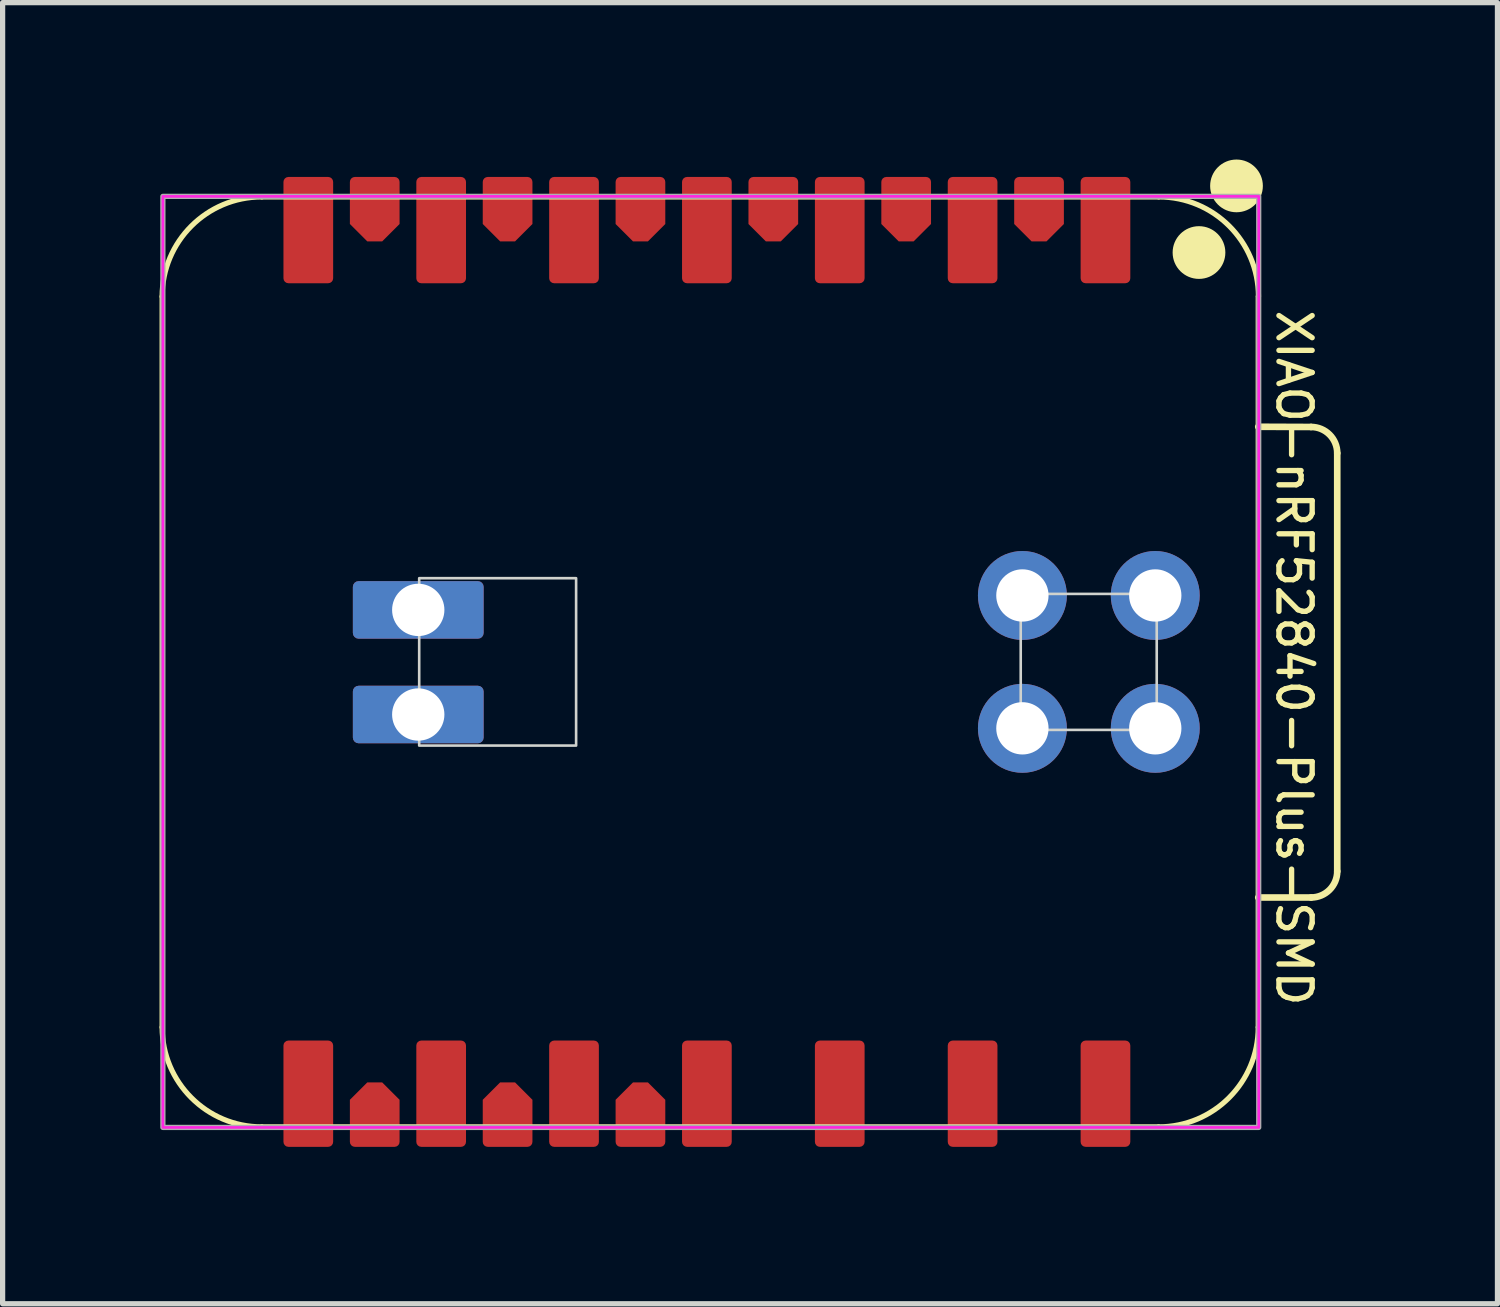
<source format=kicad_pcb>
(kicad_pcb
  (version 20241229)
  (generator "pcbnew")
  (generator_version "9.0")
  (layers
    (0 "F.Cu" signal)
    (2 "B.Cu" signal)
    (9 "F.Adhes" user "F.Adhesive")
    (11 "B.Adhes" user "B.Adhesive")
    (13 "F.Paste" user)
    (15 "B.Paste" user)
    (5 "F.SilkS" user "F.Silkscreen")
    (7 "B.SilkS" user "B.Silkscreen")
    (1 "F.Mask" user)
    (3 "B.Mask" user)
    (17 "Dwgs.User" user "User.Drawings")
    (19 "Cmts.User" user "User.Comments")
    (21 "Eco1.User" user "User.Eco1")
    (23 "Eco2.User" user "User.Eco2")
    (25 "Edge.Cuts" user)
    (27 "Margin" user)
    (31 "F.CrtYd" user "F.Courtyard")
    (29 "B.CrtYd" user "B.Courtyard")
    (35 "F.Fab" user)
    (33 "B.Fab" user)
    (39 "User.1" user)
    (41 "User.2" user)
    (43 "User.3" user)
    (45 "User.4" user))
  (footprint "XIAO-nRF52840-Plus-SMD"
    (layer "F.Cu")
    (at 10.464 9.604)
    (property "Reference" "XIAO-nRF52840-Plus-SMD" (at 11.225 -0.075 270) (unlocked yes) (layer "F.SilkS") (effects (font (size 0.635 0.635) (thickness 0.102))))
    (attr smd)
    (fp_line (start -10.414 -6.985) (end -10.414 6.985) (stroke (width 0.1) (type solid)) (layer "F.SilkS"))
    (fp_line (start -8.509 -8.89) (end 8.636 -8.89) (stroke (width 0.1) (type solid)) (layer "F.SilkS"))
    (fp_line (start -8.509 8.89) (end 8.636 8.89) (stroke (width 0.1) (type solid)) (layer "F.SilkS"))
    (fp_line (start 10.541 -4.495) (end 11.551 -4.491) (stroke (width 0.127) (type solid)) (layer "F.SilkS"))
    (fp_line (start 10.541 6.985) (end 10.541 -6.985) (stroke (width 0.1) (type solid)) (layer "F.SilkS"))
    (fp_line (start 11.551 4.504) (end 10.541 4.504) (stroke (width 0.127) (type solid)) (layer "F.SilkS"))
    (fp_line (start 12.051 -3.991) (end 12.051 4.004) (stroke (width 0.127) (type solid)) (layer "F.SilkS"))
    (fp_arc (start -10.414 -6.985) (mid -9.856038 -8.332038) (end -8.509 -8.89) (stroke (width 0.1) (type solid)) (layer "F.SilkS"))
    (fp_arc (start -8.509 8.89) (mid -9.856038 8.332038) (end -10.414 6.985) (stroke (width 0.1) (type solid)) (layer "F.SilkS"))
    (fp_arc (start 8.64 -8.89) (mid 9.987038 -8.332038) (end 10.545 -6.985) (stroke (width 0.1) (type solid)) (layer "F.SilkS"))
    (fp_arc (start 10.541 6.985) (mid 9.983024 8.332024) (end 8.636 8.89) (stroke (width 0.1) (type solid)) (layer "F.SilkS"))
    (fp_arc (start 11.551272 -4.491272) (mid 11.904644 -4.344724) (end 12.051 -3.991272) (stroke (width 0.127) (type default)) (layer "F.SilkS"))
    (fp_arc (start 12.051 4.004) (mid 11.904524 4.357524) (end 11.551 4.504) (stroke (width 0.127) (type default)) (layer "F.SilkS"))
    (fp_circle (center 9.408 -7.826) (end 9.662 -7.826) (stroke (width 0.5) (type solid)) (fill yes) (layer "F.SilkS"))
    (fp_circle (center 10.125 -9.1) (end 10.379 -9.1) (stroke (width 0.5) (type solid)) (fill yes) (layer "F.SilkS"))
    (fp_rect (start -5.5 -1.6) (end -2.5 1.6) (stroke (width 0.05) (type solid)) (fill no) (layer "Edge.Cuts"))
    (fp_rect (start 6 -1.3) (end 8.6 1.3) (stroke (width 0.05) (type default)) (fill no) (layer "Edge.Cuts"))
    (fp_rect (start -10.4 -8.9) (end 10.55 8.9) (stroke (width 0.05) (type default)) (fill no) (layer "F.CrtYd"))
    (fp_rect (start -10.4 -8.9) (end 10.55 8.9) (stroke (width 0.1) (type default)) (fill no) (layer "F.Fab"))
    (fp_line (start -10.414 -6.985) (end -10.414 6.985) (stroke (width 0.025) (type solid)) (layer "User.1"))
    (fp_line (start -8.509 -8.89) (end 8.636 -8.89) (stroke (width 0.025) (type solid)) (layer "User.1"))
    (fp_line (start -8.509 8.89) (end 8.636 8.89) (stroke (width 0.025) (type solid)) (layer "User.1"))
    (fp_line (start 10.541 6.985) (end 10.541 -6.985) (stroke (width 0.025) (type solid)) (layer "User.1"))
    (fp_rect (start 5.715 -3.81) (end 12.065 3.81) (stroke (width 0.076) (type default)) (fill no) (layer "User.1"))
    (fp_arc (start -10.414 -6.985) (mid -9.856038 -8.332038) (end -8.509 -8.89) (stroke (width 0.0254) (type solid)) (layer "User.1"))
    (fp_arc (start -8.509 8.89) (mid -9.856038 8.332038) (end -10.414 6.985) (stroke (width 0.0254) (type solid)) (layer "User.1"))
    (fp_arc (start 8.636 -8.89) (mid 9.983038 -8.332038) (end 10.541 -6.985) (stroke (width 0.0254) (type solid)) (layer "User.1"))
    (fp_arc (start 10.541 6.985) (mid 9.983038 8.332038) (end 8.636 8.89) (stroke (width 0.0254) (type solid)) (layer "User.1"))
    (fp_circle (center -7.62 -8.89) (end -7.493 -8.89) (stroke (width 0.025) (type default)) (fill no) (layer "User.1"))
    (fp_circle (center -7.62 -7.62) (end -7.493 -7.62) (stroke (width 0.025) (type default)) (fill no) (layer "User.1"))
    (fp_circle (center -7.62 7.62) (end -7.493 7.62) (stroke (width 0.025) (type default)) (fill no) (layer "User.1"))
    (fp_circle (center -7.62 8.89) (end -7.493 8.89) (stroke (width 0.025) (type default)) (fill no) (layer "User.1"))
    (fp_circle (center -5.08 -8.89) (end -4.953 -8.89) (stroke (width 0.025) (type default)) (fill no) (layer "User.1"))
    (fp_circle (center -5.08 -7.62) (end -4.953 -7.62) (stroke (width 0.025) (type default)) (fill no) (layer "User.1"))
    (fp_circle (center -5.08 7.62) (end -4.953 7.62) (stroke (width 0.025) (type default)) (fill no) (layer "User.1"))
    (fp_circle (center -5.08 8.89) (end -4.953 8.89) (stroke (width 0.025) (type default)) (fill no) (layer "User.1"))
    (fp_circle (center -2.54 -8.89) (end -2.413 -8.89) (stroke (width 0.025) (type default)) (fill no) (layer "User.1"))
    (fp_circle (center -2.54 -7.62) (end -2.413 -7.62) (stroke (width 0.025) (type default)) (fill no) (layer "User.1"))
    (fp_circle (center -2.54 7.62) (end -2.413 7.62) (stroke (width 0.025) (type default)) (fill no) (layer "User.1"))
    (fp_circle (center -2.54 8.89) (end -2.413 8.89) (stroke (width 0.025) (type default)) (fill no) (layer "User.1"))
    (fp_circle (center 0 -8.89) (end 0.127 -8.89) (stroke (width 0.025) (type default)) (fill no) (layer "User.1"))
    (fp_circle (center 0 -7.62) (end 0.127 -7.62) (stroke (width 0.025) (type default)) (fill no) (layer "User.1"))
    (fp_circle (center 0 7.62) (end 0.127 7.62) (stroke (width 0.025) (type default)) (fill no) (layer "User.1"))
    (fp_circle (center 0 8.89) (end 0.127 8.89) (stroke (width 0.025) (type default)) (fill no) (layer "User.1"))
    (fp_circle (center 2.54 -8.89) (end 2.667 -8.89) (stroke (width 0.025) (type default)) (fill no) (layer "User.1"))
    (fp_circle (center 2.54 -7.62) (end 2.667 -7.62) (stroke (width 0.025) (type default)) (fill no) (layer "User.1"))
    (fp_circle (center 2.54 7.62) (end 2.667 7.62) (stroke (width 0.025) (type default)) (fill no) (layer "User.1"))
    (fp_circle (center 2.54 8.89) (end 2.667 8.89) (stroke (width 0.025) (type default)) (fill no) (layer "User.1"))
    (fp_circle (center 5.08 -8.89) (end 5.207 -8.89) (stroke (width 0.025) (type default)) (fill no) (layer "User.1"))
    (fp_circle (center 5.08 -7.62) (end 5.207 -7.62) (stroke (width 0.025) (type default)) (fill no) (layer "User.1"))
    (fp_circle (center 5.08 7.62) (end 5.207 7.62) (stroke (width 0.025) (type default)) (fill no) (layer "User.1"))
    (fp_circle (center 5.08 8.89) (end 5.207 8.89) (stroke (width 0.025) (type default)) (fill no) (layer "User.1"))
    (fp_circle (center 7.62 -8.89) (end 7.747 -8.89) (stroke (width 0.025) (type default)) (fill no) (layer "User.1"))
    (fp_circle (center 7.62 -7.62) (end 7.747 -7.62) (stroke (width 0.025) (type default)) (fill no) (layer "User.1"))
    (fp_circle (center 7.62 7.62) (end 7.747 7.62) (stroke (width 0.025) (type default)) (fill no) (layer "User.1"))
    (fp_circle (center 7.62 8.89) (end 7.747 8.89) (stroke (width 0.025) (type default)) (fill no) (layer "User.1"))
    (pad "1" smd roundrect (at 7.62 -8.255 90) (size 2.032 0.95) (layers "F.Cu" "F.Mask" "F.Paste") (roundrect_rratio 0.1))
    (pad "2" smd roundrect (at 5.08 -8.255 90) (size 2.032 0.95) (layers "F.Cu" "F.Mask" "F.Paste") (roundrect_rratio 0.1))
    (pad "3" smd roundrect (at 2.54 -8.255 90) (size 2.032 0.95) (layers "F.Cu" "F.Mask" "F.Paste") (roundrect_rratio 0.1))
    (pad "4" smd roundrect (at 0 -8.255 90) (size 2.032 0.95) (layers "F.Cu" "F.Mask" "F.Paste") (roundrect_rratio 0.1))
    (pad "5" smd roundrect (at -2.54 -8.255 90) (size 2.032 0.95) (layers "F.Cu" "F.Mask" "F.Paste") (roundrect_rratio 0.1))
    (pad "6" smd roundrect (at -5.08 -8.255 90) (size 2.032 0.95) (layers "F.Cu" "F.Mask" "F.Paste") (roundrect_rratio 0.1))
    (pad "7" smd roundrect (at -7.62 -8.255 90) (size 2.032 0.95) (layers "F.Cu" "F.Mask" "F.Paste") (roundrect_rratio 0.1))
    (pad "8" smd roundrect (at -7.62 8.255 270) (size 2.032 0.95) (layers "F.Cu" "F.Mask" "F.Paste") (roundrect_rratio 0.1))
    (pad "9" smd roundrect (at -5.08 8.255 270) (size 2.032 0.95) (layers "F.Cu" "F.Mask" "F.Paste") (roundrect_rratio 0.1))
    (pad "10" smd roundrect (at -2.54 8.255 270) (size 2.032 0.95) (layers "F.Cu" "F.Mask" "F.Paste") (roundrect_rratio 0.1))
    (pad "11" smd roundrect (at 0 8.255 270) (size 2.032 0.95) (layers "F.Cu" "F.Mask" "F.Paste") (roundrect_rratio 0.1))
    (pad "12" smd roundrect (at 2.54 8.255 270) (size 2.032 0.95) (layers "F.Cu" "F.Mask" "F.Paste") (roundrect_rratio 0.1))
    (pad "13" smd roundrect (at 5.08 8.255 270) (size 2.032 0.95) (layers "F.Cu" "F.Mask" "F.Paste") (roundrect_rratio 0.1))
    (pad "14" smd roundrect (at 7.62 8.255 270) (size 2.032 0.95) (layers "F.Cu" "F.Mask" "F.Paste") (roundrect_rratio 0.1))
    (pad "15" smd roundrect (at 6.35 -8.655 90) (size 1.232 0.95) (layers "F.Cu" "F.Mask" "F.Paste") (roundrect_rratio 0.1) (chamfer_ratio 0.35) (chamfer top_left bottom_left))
    (pad "16" smd roundrect (at 3.81 -8.655 90) (size 1.232 0.95) (layers "F.Cu" "F.Mask" "F.Paste") (roundrect_rratio 0.1) (chamfer_ratio 0.35) (chamfer top_left bottom_left))
    (pad "17" smd roundrect (at 1.27 -8.655 90) (size 1.232 0.95) (layers "F.Cu" "F.Mask" "F.Paste") (roundrect_rratio 0.1) (chamfer_ratio 0.35) (chamfer top_left bottom_left))
    (pad "18" smd roundrect (at -1.27 -8.655 90) (size 1.232 0.95) (layers "F.Cu" "F.Mask" "F.Paste") (roundrect_rratio 0.1) (chamfer_ratio 0.35) (chamfer top_left bottom_left))
    (pad "19" smd roundrect (at -3.81 -8.655 90) (size 1.232 0.95) (layers "F.Cu" "F.Mask" "F.Paste") (roundrect_rratio 0.1) (chamfer_ratio 0.35) (chamfer top_left bottom_left))
    (pad "20" smd roundrect (at -6.35 -8.655 90) (size 1.232 0.95) (layers "F.Cu" "F.Mask" "F.Paste") (roundrect_rratio 0.1) (chamfer_ratio 0.35) (chamfer top_left bottom_left))
    (pad "21" smd roundrect (at -6.35 8.655 270) (size 1.232 0.95) (layers "F.Cu" "F.Mask" "F.Paste") (roundrect_rratio 0.1) (chamfer_ratio 0.35) (chamfer top_left bottom_left))
    (pad "22" smd roundrect (at -3.81 8.655 270) (size 1.232 0.95) (layers "F.Cu" "F.Mask" "F.Paste") (roundrect_rratio 0.1) (chamfer_ratio 0.35) (chamfer top_left bottom_left))
    (pad "23" smd roundrect (at -1.27 8.655 270) (size 1.232 0.95) (layers "F.Cu" "F.Mask" "F.Paste") (roundrect_rratio 0.1) (chamfer_ratio 0.35) (chamfer top_left bottom_left))
    (pad "24" thru_hole circle (at 8.572 -1.27 270) (size 1.7 1.7) (drill 1) (layers "*.Cu" "F.Mask" "F.Paste"))
    (pad "25" thru_hole circle (at 8.572 1.27 270) (size 1.7 1.7) (drill 1) (layers "*.Cu" "F.Mask" "F.Paste"))
    (pad "26" thru_hole circle (at 6.032 -1.27 270) (size 1.7 1.7) (drill 1) (layers "*.Cu" "F.Mask" "F.Paste"))
    (pad "27" thru_hole circle (at 6.032 1.27 270) (size 1.7 1.7) (drill 1) (layers "*.Cu" "F.Mask" "F.Paste"))
    (pad "32" thru_hole roundrect (at -5.518 -0.994 180) (size 2.5 1.1) (drill 1) (layers "*.Cu" "F.Mask" "F.Paste") (roundrect_rratio 0.1))
    (pad "33" thru_hole roundrect (at -5.518 1.006 180) (size 2.5 1.1) (drill 1) (layers "*.Cu" "F.Mask" "F.Paste") (roundrect_rratio 0.1)))
  (gr_rect
    (start -3 -3)
    (end 25.578 21.875)
    (stroke (width 0.1) (type default))
    (fill no)
    (layer "Edge.Cuts")))
</source>
